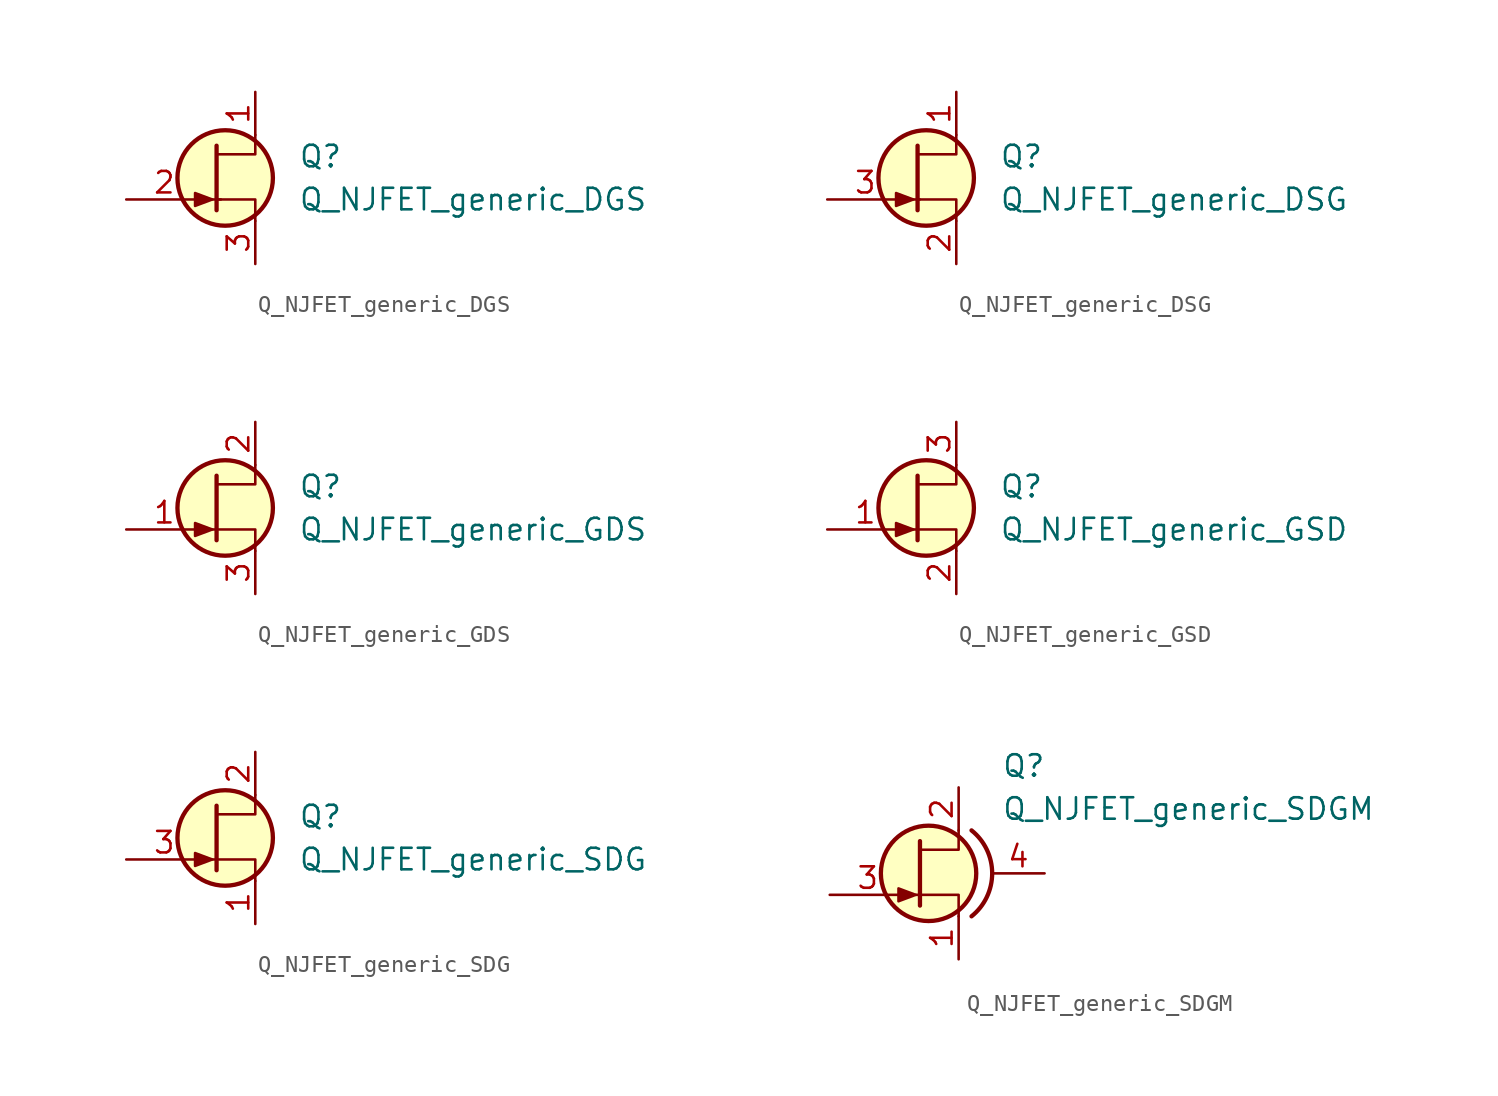
<source format=kicad_sym>
(kicad_symbol_lib
  (version 20211014)
  (generator kicad_symbol_editor)
  (symbol "Q_NJFET_generic_DGS"
    (pin_names hide)
    (property "Reference" "Q"
      (at 5.08 1.27 0)
      (effects (font (size 1.27 1.27)) (justify left)))
    (property "Value" "Q_NJFET_generic_DGS"
      (at 5.08 -1.27 0)
      (effects (font (size 1.27 1.27)) (justify left)))
    (symbol "Q_NJFET_generic_DGS_0_1"
      (polyline (pts (xy -0.127 -1.27) (xy 0.508 -1.27)) (stroke (width 0) (type default) (color 0 0 0 0)) (fill (type none)))
      (polyline (pts (xy 0.254 1.905) (xy 0.254 -1.905) (xy 0.254 -1.905)) (stroke (width 0.254) (type default) (color 0 0 0 0)) (fill (type none)))
      (polyline (pts (xy 2.54 -2.54) (xy 2.54 -1.27) (xy 0.254 -1.27)) (stroke (width 0) (type default) (color 0 0 0 0)) (fill (type none)))
      (polyline (pts (xy 2.54 2.54) (xy 2.54 1.397) (xy 0.254 1.397)) (stroke (width 0) (type default) (color 0 0 0 0)) (fill (type none)))
      (polyline (pts (xy 0 -1.27) (xy -1.016 -0.889) (xy -1.016 -1.651) (xy 0 -1.27)) (stroke (width 0) (type default) (color 0 0 0 0)) (fill (type outline)))
      (circle (center 0.762 0) (radius 2.819) (stroke (width 0.254) (type default) (color 0 0 0 0)) (fill (type background))))
    (symbol "Q_NJFET_generic_DGS_1_1"
      (pin passive line (at 2.54 5.08 270) (length 2.54) (name "D" (effects (font (size 1.27 1.27)))) (number "1" (effects (font (size 1.27 1.27)))))
      (pin input line (at -5.08 -1.27 0) (length 4.496) (name "G" (effects (font (size 1.27 1.27)))) (number "2" (effects (font (size 1.27 1.27)))))
      (pin passive line (at 2.54 -5.08 90) (length 2.54) (name "S" (effects (font (size 1.27 1.27)))) (number "3" (effects (font (size 1.27 1.27)))))))
  (symbol "Q_NJFET_generic_DSG"
    (pin_names hide)
    (property "Reference" "Q"
      (at 5.08 1.27 0)
      (effects (font (size 1.27 1.27)) (justify left)))
    (property "Value" "Q_NJFET_generic_DSG"
      (at 5.08 -1.27 0)
      (effects (font (size 1.27 1.27)) (justify left)))
    (symbol "Q_NJFET_generic_DSG_0_1"
      (polyline (pts (xy -0.127 -1.27) (xy 0.381 -1.27)) (stroke (width 0) (type default) (color 0 0 0 0)) (fill (type none)))
      (polyline (pts (xy 0.254 1.905) (xy 0.254 -1.905) (xy 0.254 -1.905)) (stroke (width 0.254) (type default) (color 0 0 0 0)) (fill (type none)))
      (polyline (pts (xy 2.54 -2.54) (xy 2.54 -1.27) (xy 0.254 -1.27)) (stroke (width 0) (type default) (color 0 0 0 0)) (fill (type none)))
      (polyline (pts (xy 2.54 2.54) (xy 2.54 1.397) (xy 0.254 1.397)) (stroke (width 0) (type default) (color 0 0 0 0)) (fill (type none)))
      (polyline (pts (xy 0 -1.27) (xy -1.016 -0.889) (xy -1.016 -1.651) (xy 0 -1.27)) (stroke (width 0) (type default) (color 0 0 0 0)) (fill (type outline)))
      (circle (center 0.762 0) (radius 2.819) (stroke (width 0.254) (type default) (color 0 0 0 0)) (fill (type background))))
    (symbol "Q_NJFET_generic_DSG_1_1"
      (pin passive line (at 2.54 5.08 270) (length 2.54) (name "D" (effects (font (size 1.27 1.27)))) (number "1" (effects (font (size 1.27 1.27)))))
      (pin passive line (at 2.54 -5.08 90) (length 2.54) (name "S" (effects (font (size 1.27 1.27)))) (number "2" (effects (font (size 1.27 1.27)))))
      (pin input line (at -5.08 -1.27 0) (length 4.496) (name "G" (effects (font (size 1.27 1.27)))) (number "3" (effects (font (size 1.27 1.27)))))))
  (symbol "Q_NJFET_generic_GDS"
    (pin_names hide)
    (property "Reference" "Q"
      (at 5.08 1.27 0)
      (effects (font (size 1.27 1.27)) (justify left)))
    (property "Value" "Q_NJFET_generic_GDS"
      (at 5.08 -1.27 0)
      (effects (font (size 1.27 1.27)) (justify left)))
    (symbol "Q_NJFET_generic_GDS_0_1"
      (polyline (pts (xy 0 -1.27) (xy 0.254 -1.27)) (stroke (width 0) (type default) (color 0 0 0 0)) (fill (type none)))
      (polyline (pts (xy 0.254 1.905) (xy 0.254 -1.905) (xy 0.254 -1.905)) (stroke (width 0.254) (type default) (color 0 0 0 0)) (fill (type none)))
      (polyline (pts (xy 2.54 -2.54) (xy 2.54 -1.27) (xy 0.254 -1.27)) (stroke (width 0) (type default) (color 0 0 0 0)) (fill (type none)))
      (polyline (pts (xy 2.54 2.54) (xy 2.54 1.397) (xy 0.254 1.397)) (stroke (width 0) (type default) (color 0 0 0 0)) (fill (type none)))
      (polyline (pts (xy 0 -1.27) (xy -1.016 -0.889) (xy -1.016 -1.651) (xy 0 -1.27)) (stroke (width 0) (type default) (color 0 0 0 0)) (fill (type outline)))
      (circle (center 0.762 0) (radius 2.819) (stroke (width 0.254) (type default) (color 0 0 0 0)) (fill (type background))))
    (symbol "Q_NJFET_generic_GDS_1_1"
      (pin input line (at -5.08 -1.27 0) (length 4.496) (name "G" (effects (font (size 1.27 1.27)))) (number "1" (effects (font (size 1.27 1.27)))))
      (pin passive line (at 2.54 5.08 270) (length 2.54) (name "D" (effects (font (size 1.27 1.27)))) (number "2" (effects (font (size 1.27 1.27)))))
      (pin passive line (at 2.54 -5.08 90) (length 2.54) (name "S" (effects (font (size 1.27 1.27)))) (number "3" (effects (font (size 1.27 1.27)))))))
  (symbol "Q_NJFET_generic_GSD"
    (pin_names hide)
    (property "Reference" "Q"
      (at 5.08 1.27 0)
      (effects (font (size 1.27 1.27)) (justify left)))
    (property "Value" "Q_NJFET_generic_GSD"
      (at 5.08 -1.27 0)
      (effects (font (size 1.27 1.27)) (justify left)))
    (symbol "Q_NJFET_generic_GSD_0_1"
      (polyline (pts (xy 0 -1.27) (xy 0.254 -1.27)) (stroke (width 0) (type default) (color 0 0 0 0)) (fill (type none)))
      (polyline (pts (xy 0.254 1.905) (xy 0.254 -1.905) (xy 0.254 -1.905)) (stroke (width 0.254) (type default) (color 0 0 0 0)) (fill (type none)))
      (polyline (pts (xy 2.54 -2.54) (xy 2.54 -1.27) (xy 0.254 -1.27)) (stroke (width 0) (type default) (color 0 0 0 0)) (fill (type none)))
      (polyline (pts (xy 2.54 2.54) (xy 2.54 1.397) (xy 0.254 1.397)) (stroke (width 0) (type default) (color 0 0 0 0)) (fill (type none)))
      (polyline (pts (xy 0 -1.27) (xy -1.016 -0.889) (xy -1.016 -1.651) (xy 0 -1.27)) (stroke (width 0) (type default) (color 0 0 0 0)) (fill (type outline)))
      (circle (center 0.762 0) (radius 2.819) (stroke (width 0.254) (type default) (color 0 0 0 0)) (fill (type background))))
    (symbol "Q_NJFET_generic_GSD_1_1"
      (pin input line (at -5.08 -1.27 0) (length 4.496) (name "G" (effects (font (size 1.27 1.27)))) (number "1" (effects (font (size 1.27 1.27)))))
      (pin passive line (at 2.54 -5.08 90) (length 2.54) (name "S" (effects (font (size 1.27 1.27)))) (number "2" (effects (font (size 1.27 1.27)))))
      (pin passive line (at 2.54 5.08 270) (length 2.54) (name "D" (effects (font (size 1.27 1.27)))) (number "3" (effects (font (size 1.27 1.27)))))))
  (symbol "Q_NJFET_generic_SDG"
    (pin_names hide)
    (property "Reference" "Q"
      (at 5.08 1.27 0)
      (effects (font (size 1.27 1.27)) (justify left)))
    (property "Value" "Q_NJFET_generic_SDG"
      (at 5.08 -1.27 0)
      (effects (font (size 1.27 1.27)) (justify left)))
    (symbol "Q_NJFET_generic_SDG_0_1"
      (polyline (pts (xy 0 -1.27) (xy 0.254 -1.27)) (stroke (width 0) (type default) (color 0 0 0 0)) (fill (type none)))
      (polyline (pts (xy 0.254 1.905) (xy 0.254 -1.905) (xy 0.254 -1.905)) (stroke (width 0.254) (type default) (color 0 0 0 0)) (fill (type none)))
      (polyline (pts (xy 2.54 -2.54) (xy 2.54 -1.27) (xy 0.254 -1.27)) (stroke (width 0) (type default) (color 0 0 0 0)) (fill (type none)))
      (polyline (pts (xy 2.54 2.54) (xy 2.54 1.397) (xy 0.254 1.397)) (stroke (width 0) (type default) (color 0 0 0 0)) (fill (type none)))
      (polyline (pts (xy 0 -1.27) (xy -1.016 -0.889) (xy -1.016 -1.651) (xy 0 -1.27)) (stroke (width 0) (type default) (color 0 0 0 0)) (fill (type outline)))
      (circle (center 0.762 0) (radius 2.819) (stroke (width 0.254) (type default) (color 0 0 0 0)) (fill (type background))))
    (symbol "Q_NJFET_generic_SDG_1_1"
      (pin passive line (at 2.54 -5.08 90) (length 2.54) (name "S" (effects (font (size 1.27 1.27)))) (number "1" (effects (font (size 1.27 1.27)))))
      (pin passive line (at 2.54 5.08 270) (length 2.54) (name "D" (effects (font (size 1.27 1.27)))) (number "2" (effects (font (size 1.27 1.27)))))
      (pin input line (at -5.08 -1.27 0) (length 4.496) (name "G" (effects (font (size 1.27 1.27)))) (number "3" (effects (font (size 1.27 1.27)))))))
  (symbol "Q_NJFET_generic_SDGM"
    (pin_names hide)
    (property "Reference" "Q"
      (at 5.08 6.35 0)
      (effects (font (size 1.27 1.27)) (justify left)))
    (property "Value" "Q_NJFET_generic_SDGM"
      (at 5.08 3.81 0)
      (effects (font (size 1.27 1.27)) (justify left)))
    (symbol "Q_NJFET_generic_SDGM_0_1"
      (polyline (pts (xy 0 -1.27) (xy 0.254 -1.27)) (stroke (width 0) (type default) (color 0 0 0 0)) (fill (type none)))
      (polyline (pts (xy 0.254 1.905) (xy 0.254 -1.905) (xy 0.254 -1.905)) (stroke (width 0.254) (type default) (color 0 0 0 0)) (fill (type none)))
      (polyline (pts (xy 2.54 -2.54) (xy 2.54 -1.27) (xy 0.254 -1.27)) (stroke (width 0) (type default) (color 0 0 0 0)) (fill (type none)))
      (polyline (pts (xy 2.54 2.54) (xy 2.54 1.397) (xy 0.254 1.397)) (stroke (width 0) (type default) (color 0 0 0 0)) (fill (type none)))
      (polyline (pts (xy 0 -1.27) (xy -1.016 -0.889) (xy -1.016 -1.651) (xy 0 -1.27)) (stroke (width 0) (type default) (color 0 0 0 0)) (fill (type outline)))
      (circle (center 0.762 0) (radius 2.819) (stroke (width 0.254) (type default) (color 0 0 0 0)) (fill (type background)))
      (arc (start 3.302 -2.54) (mid 4.5228 0) (end 3.302 2.54) (stroke (width 0.254) (type default) (color 0 0 0 0)) (fill (type none))))
    (symbol "Q_NJFET_generic_SDGM_1_1"
      (pin passive line (at 2.54 -5.08 90) (length 2.54) (name "S" (effects (font (size 1.27 1.27)))) (number "1" (effects (font (size 1.27 1.27)))))
      (pin passive line (at 2.54 5.08 270) (length 2.54) (name "D" (effects (font (size 1.27 1.27)))) (number "2" (effects (font (size 1.27 1.27)))))
      (pin input line (at -5.08 -1.27 0) (length 4.496) (name "G" (effects (font (size 1.27 1.27)))) (number "3" (effects (font (size 1.27 1.27)))))
      (pin passive line (at 7.62 0 180) (length 3.099) (name "M" (effects (font (size 1.27 1.27)))) (number "4" (effects (font (size 1.27 1.27))))))))
</source>
